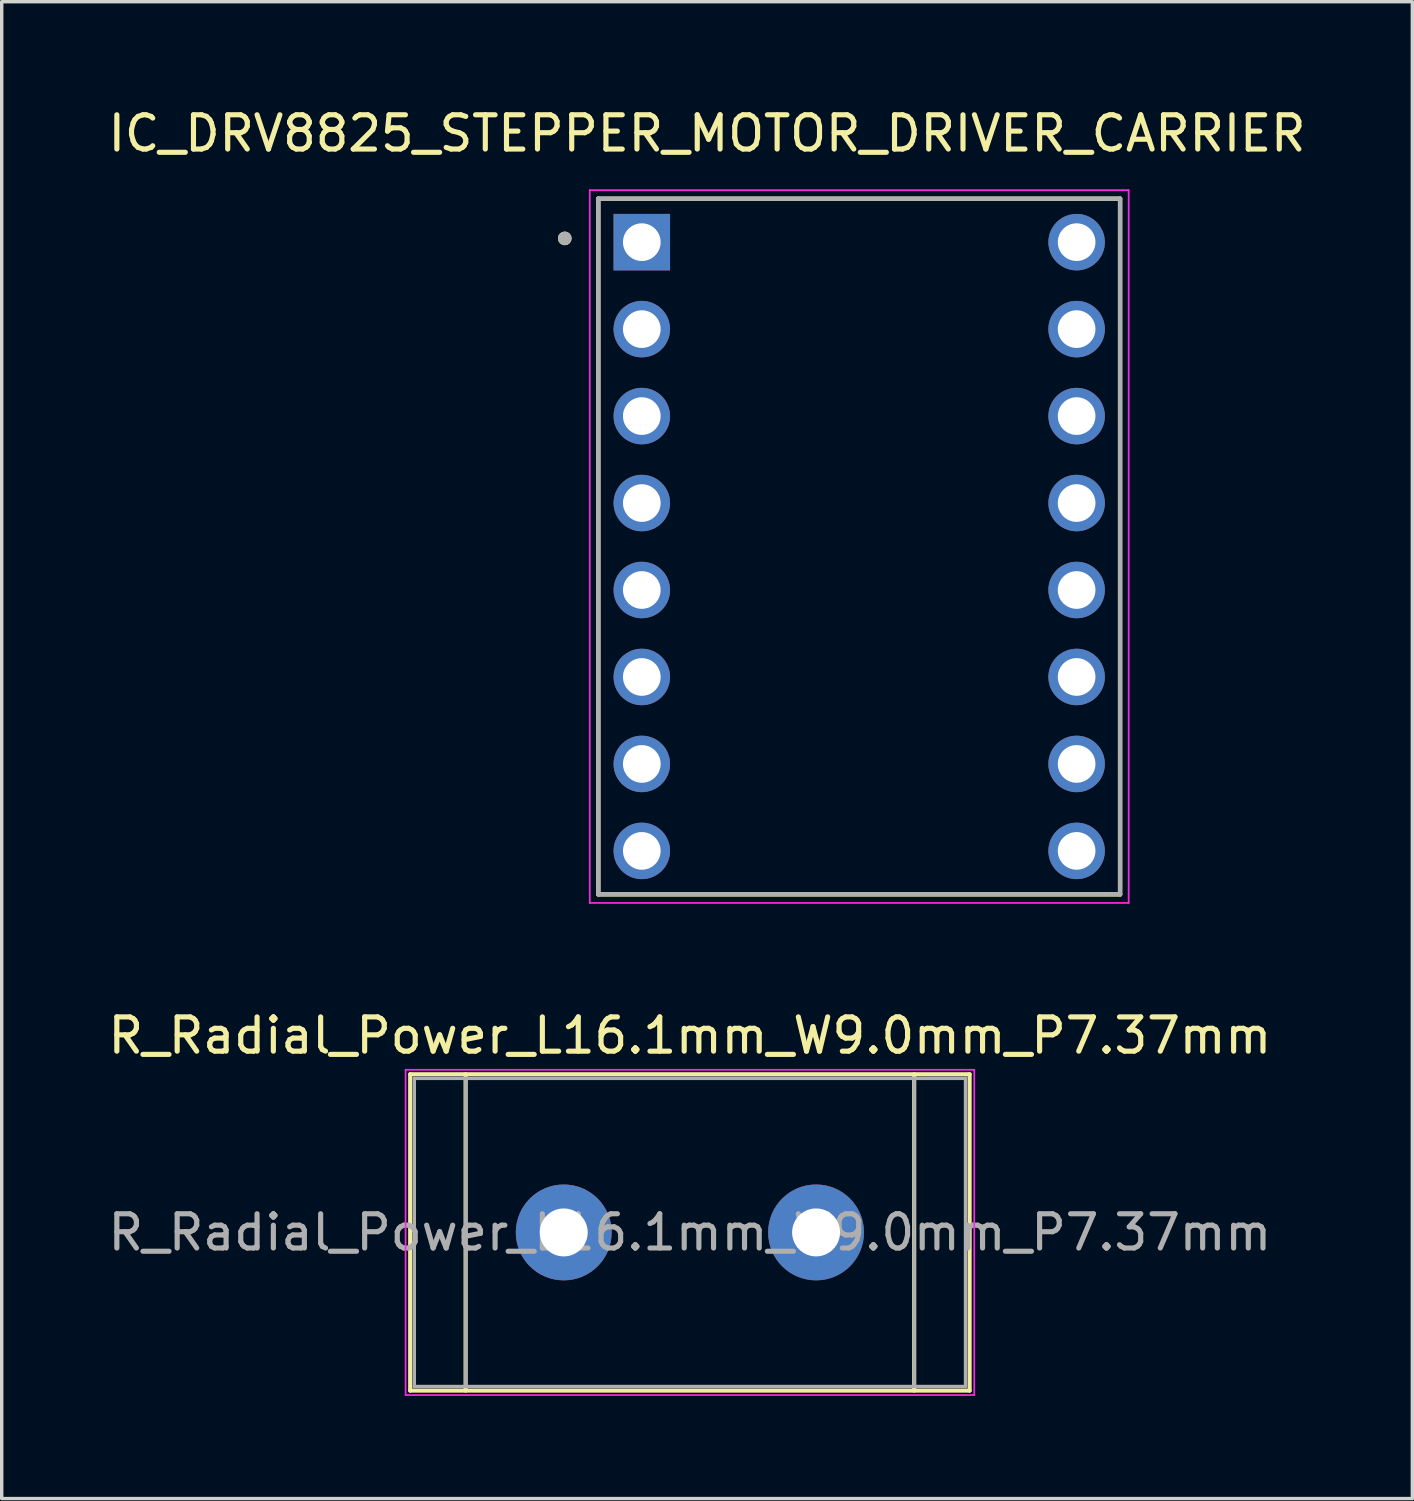
<source format=kicad_pcb>
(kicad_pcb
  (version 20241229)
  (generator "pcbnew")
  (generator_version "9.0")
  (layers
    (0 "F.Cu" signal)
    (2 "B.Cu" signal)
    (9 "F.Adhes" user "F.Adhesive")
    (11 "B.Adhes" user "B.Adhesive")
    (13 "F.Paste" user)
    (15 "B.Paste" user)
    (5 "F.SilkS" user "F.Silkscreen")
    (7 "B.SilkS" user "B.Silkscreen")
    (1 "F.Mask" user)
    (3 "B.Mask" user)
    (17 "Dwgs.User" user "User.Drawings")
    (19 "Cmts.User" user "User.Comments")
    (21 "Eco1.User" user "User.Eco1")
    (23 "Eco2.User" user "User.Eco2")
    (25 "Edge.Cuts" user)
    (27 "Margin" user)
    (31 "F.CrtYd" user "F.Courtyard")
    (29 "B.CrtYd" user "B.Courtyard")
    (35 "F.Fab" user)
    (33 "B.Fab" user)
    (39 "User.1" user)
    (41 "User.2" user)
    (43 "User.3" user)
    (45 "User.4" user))
  (footprint "IC_DRV8825_STEPPER_MOTOR_DRIVER_CARRIER"
    (layer "F.Cu")
    (at 22.046 12.913)
    (property "Reference" "IC_DRV8825_STEPPER_MOTOR_DRIVER_CARRIER" (at -4.445 -12.065 0) (layer "F.SilkS") (effects (font (size 1 1) (thickness 0.15))))
    (attr through_hole)
    (fp_line (start -7.62 -10.16) (end 7.62 -10.16) (stroke (width 0.127) (type solid)) (layer "F.SilkS"))
    (fp_line (start -7.62 10.16) (end -7.62 -10.16) (stroke (width 0.127) (type solid)) (layer "F.SilkS"))
    (fp_line (start 7.62 -10.16) (end 7.62 10.16) (stroke (width 0.127) (type solid)) (layer "F.SilkS"))
    (fp_line (start 7.62 10.16) (end -7.62 10.16) (stroke (width 0.127) (type solid)) (layer "F.SilkS"))
    (fp_circle (center -8.6 -9) (end -8.5 -9) (stroke (width 0.2) (type solid)) (fill no) (layer "F.SilkS"))
    (fp_line (start -7.87 -10.41) (end 7.87 -10.41) (stroke (width 0.05) (type solid)) (layer "F.CrtYd"))
    (fp_line (start -7.87 10.41) (end -7.87 -10.41) (stroke (width 0.05) (type solid)) (layer "F.CrtYd"))
    (fp_line (start 7.87 -10.41) (end 7.87 10.41) (stroke (width 0.05) (type solid)) (layer "F.CrtYd"))
    (fp_line (start 7.87 10.41) (end -7.87 10.41) (stroke (width 0.05) (type solid)) (layer "F.CrtYd"))
    (fp_line (start -7.62 -10.16) (end 7.62 -10.16) (stroke (width 0.127) (type solid)) (layer "F.Fab"))
    (fp_line (start -7.62 10.16) (end -7.62 -10.16) (stroke (width 0.127) (type solid)) (layer "F.Fab"))
    (fp_line (start 7.62 -10.16) (end 7.62 10.16) (stroke (width 0.127) (type solid)) (layer "F.Fab"))
    (fp_line (start 7.62 10.16) (end -7.62 10.16) (stroke (width 0.127) (type solid)) (layer "F.Fab"))
    (fp_circle (center -8.6 -9) (end -8.5 -9) (stroke (width 0.2) (type solid)) (fill no) (layer "F.Fab"))
    (pad "1" thru_hole rect (at -6.35 -8.89) (size 1.65 1.65) (drill 1.1) (layers "*.Cu" "*.Mask"))
    (pad "2" thru_hole circle (at -6.35 -6.35) (size 1.65 1.65) (drill 1.1) (layers "*.Cu" "*.Mask"))
    (pad "3" thru_hole circle (at -6.35 -3.81) (size 1.65 1.65) (drill 1.1) (layers "*.Cu" "*.Mask"))
    (pad "4" thru_hole circle (at -6.35 -1.27) (size 1.65 1.65) (drill 1.1) (layers "*.Cu" "*.Mask"))
    (pad "5" thru_hole circle (at -6.35 1.27) (size 1.65 1.65) (drill 1.1) (layers "*.Cu" "*.Mask"))
    (pad "6" thru_hole circle (at -6.35 3.81) (size 1.65 1.65) (drill 1.1) (layers "*.Cu" "*.Mask"))
    (pad "7" thru_hole circle (at -6.35 6.35) (size 1.65 1.65) (drill 1.1) (layers "*.Cu" "*.Mask"))
    (pad "8" thru_hole circle (at -6.35 8.89) (size 1.65 1.65) (drill 1.1) (layers "*.Cu" "*.Mask"))
    (pad "9" thru_hole circle (at 6.35 8.89) (size 1.65 1.65) (drill 1.1) (layers "*.Cu" "*.Mask"))
    (pad "10" thru_hole circle (at 6.35 6.35) (size 1.65 1.65) (drill 1.1) (layers "*.Cu" "*.Mask"))
    (pad "11" thru_hole circle (at 6.35 3.81) (size 1.65 1.65) (drill 1.1) (layers "*.Cu" "*.Mask"))
    (pad "12" thru_hole circle (at 6.35 1.27) (size 1.65 1.65) (drill 1.1) (layers "*.Cu" "*.Mask"))
    (pad "13" thru_hole circle (at 6.35 -1.27) (size 1.65 1.65) (drill 1.1) (layers "*.Cu" "*.Mask"))
    (pad "14" thru_hole circle (at 6.35 -3.81) (size 1.65 1.65) (drill 1.1) (layers "*.Cu" "*.Mask"))
    (pad "15" thru_hole circle (at 6.35 -6.35) (size 1.65 1.65) (drill 1.1) (layers "*.Cu" "*.Mask"))
    (pad "16" thru_hole circle (at 6.35 -8.89) (size 1.65 1.65) (drill 1.1) (layers "*.Cu" "*.Mask")))
  (footprint "R_Radial_Power_L16.1mm_W9.0mm_P7.37mm"
    (layer "F.Cu")
    (at 13.416 32.947)
    (property "Reference" "R_Radial_Power_L16.1mm_W9.0mm_P7.37mm" (at 3.685 -5.75 0) (layer "F.SilkS") (effects (font (size 1 1) (thickness 0.15))))
    (attr through_hole)
    (fp_line (start -4.485 -4.62) (end -4.485 4.62) (stroke (width 0.12) (type solid)) (layer "F.SilkS"))
    (fp_line (start -4.485 -4.62) (end 11.855 -4.62) (stroke (width 0.12) (type solid)) (layer "F.SilkS"))
    (fp_line (start -4.485 4.62) (end 11.855 4.62) (stroke (width 0.12) (type solid)) (layer "F.SilkS"))
    (fp_line (start -2.866 -4.62) (end -2.866 4.62) (stroke (width 0.12) (type solid)) (layer "F.SilkS"))
    (fp_line (start 10.236 -4.62) (end 10.236 4.62) (stroke (width 0.12) (type solid)) (layer "F.SilkS"))
    (fp_line (start 11.855 -4.62) (end 11.855 4.62) (stroke (width 0.12) (type solid)) (layer "F.SilkS"))
    (fp_line (start -4.62 -4.75) (end -4.62 4.75) (stroke (width 0.05) (type solid)) (layer "F.CrtYd"))
    (fp_line (start -4.62 4.75) (end 11.99 4.75) (stroke (width 0.05) (type solid)) (layer "F.CrtYd"))
    (fp_line (start 11.99 -4.75) (end -4.62 -4.75) (stroke (width 0.05) (type solid)) (layer "F.CrtYd"))
    (fp_line (start 11.99 4.75) (end 11.99 -4.75) (stroke (width 0.05) (type solid)) (layer "F.CrtYd"))
    (fp_line (start -4.365 -4.5) (end -4.365 4.5) (stroke (width 0.1) (type solid)) (layer "F.Fab"))
    (fp_line (start -4.365 4.5) (end 11.735 4.5) (stroke (width 0.1) (type solid)) (layer "F.Fab"))
    (fp_line (start -2.865 -4.5) (end -2.865 4.5) (stroke (width 0.1) (type solid)) (layer "F.Fab"))
    (fp_line (start 10.235 -4.5) (end 10.235 4.5) (stroke (width 0.1) (type solid)) (layer "F.Fab"))
    (fp_line (start 11.735 -4.5) (end -4.365 -4.5) (stroke (width 0.1) (type solid)) (layer "F.Fab"))
    (fp_line (start 11.735 4.5) (end 11.735 -4.5) (stroke (width 0.1) (type solid)) (layer "F.Fab"))
    (fp_text user "${REFERENCE}" (at 3.685 0 0) (layer "F.Fab") (effects (font (size 1 1) (thickness 0.15))))
    (pad "1" thru_hole circle (at 0 0) (size 2.8 2.8) (drill 1.4) (layers "*.Cu" "*.Mask"))
    (pad "2" thru_hole circle (at 7.37 0) (size 2.8 2.8) (drill 1.4) (layers "*.Cu" "*.Mask")))
  (gr_rect
    (start -3 -3)
    (end 38.202 40.721)
    (stroke (width 0.1) (type default))
    (fill no)
    (layer "Edge.Cuts")))
</source>
